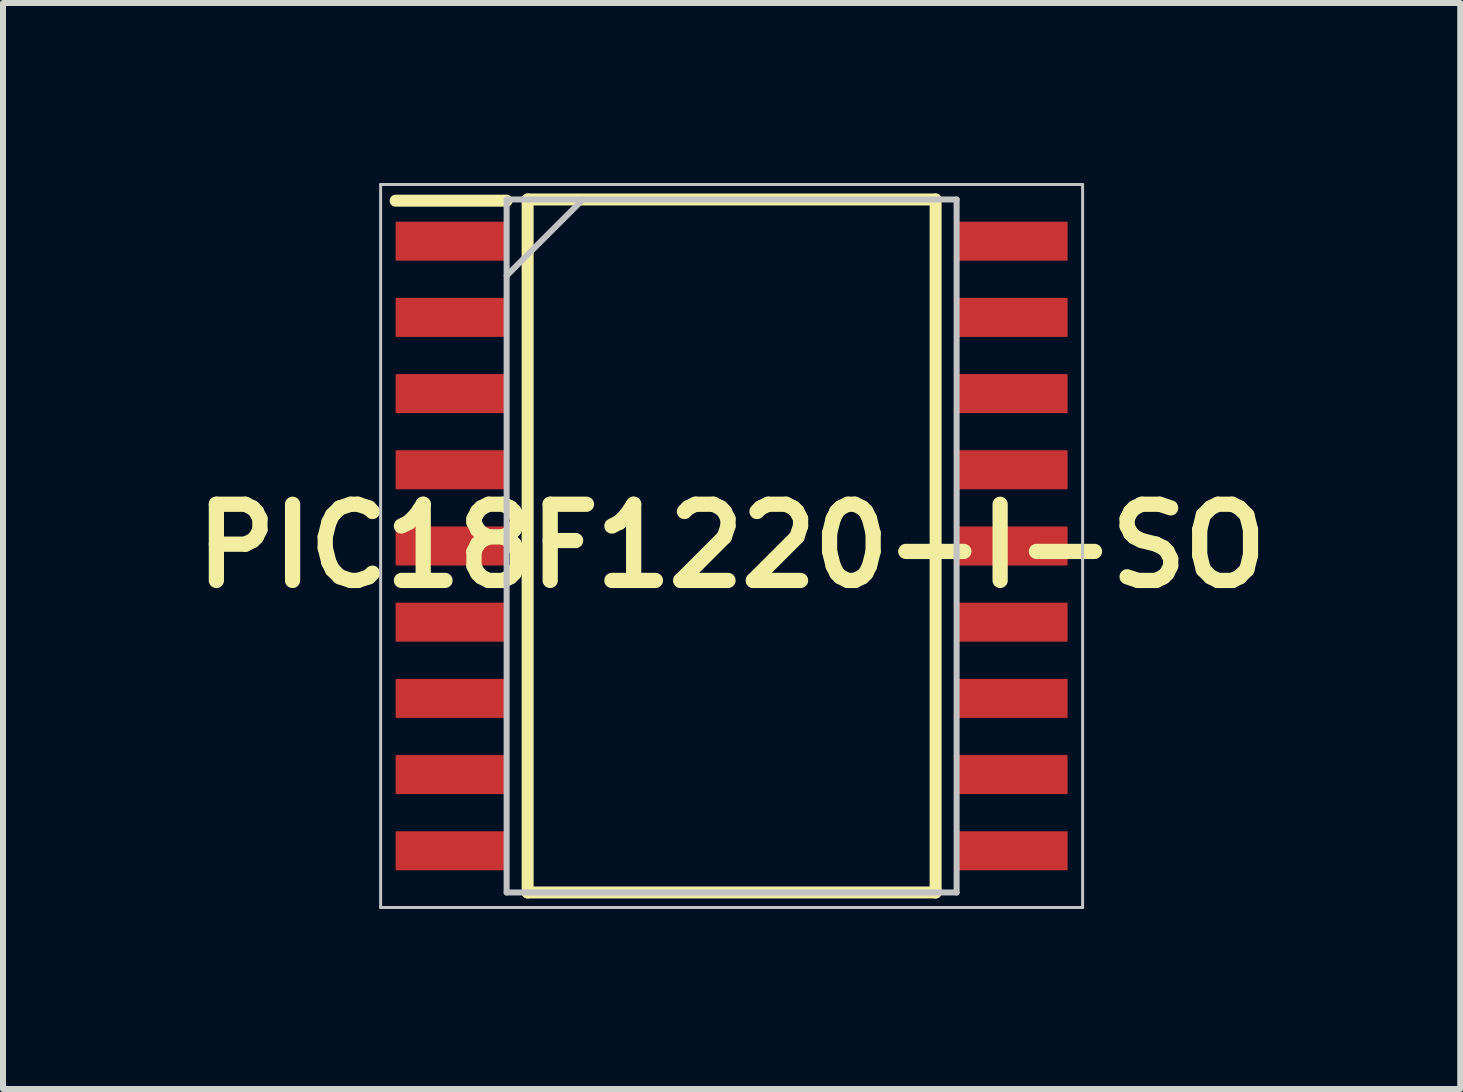
<source format=kicad_pcb>
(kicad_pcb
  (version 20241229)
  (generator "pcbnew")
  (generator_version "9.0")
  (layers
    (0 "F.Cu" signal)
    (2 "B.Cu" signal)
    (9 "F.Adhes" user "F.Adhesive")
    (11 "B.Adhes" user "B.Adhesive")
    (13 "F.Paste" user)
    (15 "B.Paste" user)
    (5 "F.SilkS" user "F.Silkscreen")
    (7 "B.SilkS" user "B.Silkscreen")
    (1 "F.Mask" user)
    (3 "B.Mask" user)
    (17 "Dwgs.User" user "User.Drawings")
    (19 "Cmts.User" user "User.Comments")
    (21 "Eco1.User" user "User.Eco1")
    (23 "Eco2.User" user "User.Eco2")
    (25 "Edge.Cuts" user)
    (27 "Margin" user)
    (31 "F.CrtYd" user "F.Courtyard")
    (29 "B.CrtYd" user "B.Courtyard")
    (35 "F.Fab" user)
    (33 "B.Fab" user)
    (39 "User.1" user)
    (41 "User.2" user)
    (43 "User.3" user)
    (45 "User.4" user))
  (footprint "PIC18F1220-I-SO"
    (layer "F.Cu")
    (at 9.144 6.05)
    (property "Reference" "PIC18F1220-I-SO" (at 0 0 0) (layer "F.SilkS") (effects (font (size 1.27 1.27) (thickness 0.254))))
    (attr smd)
    (fp_line (start -5.6 -5.755) (end -3.75 -5.755) (stroke (width 0.2) (type solid)) (layer "F.SilkS"))
    (fp_line (start -3.4 -5.775) (end 3.4 -5.775) (stroke (width 0.2) (type solid)) (layer "F.SilkS"))
    (fp_line (start -3.4 5.775) (end -3.4 -5.775) (stroke (width 0.2) (type solid)) (layer "F.SilkS"))
    (fp_line (start 3.4 -5.775) (end 3.4 5.775) (stroke (width 0.2) (type solid)) (layer "F.SilkS"))
    (fp_line (start 3.4 5.775) (end -3.4 5.775) (stroke (width 0.2) (type solid)) (layer "F.SilkS"))
    (fp_line (start -5.85 -6.025) (end 5.85 -6.025) (stroke (width 0.05) (type solid)) (layer "Dwgs.User"))
    (fp_line (start -5.85 6.025) (end -5.85 -6.025) (stroke (width 0.05) (type solid)) (layer "Dwgs.User"))
    (fp_line (start -3.75 -5.775) (end 3.75 -5.775) (stroke (width 0.1) (type solid)) (layer "Dwgs.User"))
    (fp_line (start -3.75 -4.505) (end -2.48 -5.775) (stroke (width 0.1) (type solid)) (layer "Dwgs.User"))
    (fp_line (start -3.75 5.775) (end -3.75 -5.775) (stroke (width 0.1) (type solid)) (layer "Dwgs.User"))
    (fp_line (start 3.75 -5.775) (end 3.75 5.775) (stroke (width 0.1) (type solid)) (layer "Dwgs.User"))
    (fp_line (start 3.75 5.775) (end -3.75 5.775) (stroke (width 0.1) (type solid)) (layer "Dwgs.User"))
    (fp_line (start 5.85 -6.025) (end 5.85 6.025) (stroke (width 0.05) (type solid)) (layer "Dwgs.User"))
    (fp_line (start 5.85 6.025) (end -5.85 6.025) (stroke (width 0.05) (type solid)) (layer "Dwgs.User"))
    (pad "1" smd rect (at -4.675 -5.08 90) (size 0.65 1.85) (layers "F.Cu" "F.Mask" "F.Paste"))
    (pad "2" smd rect (at -4.675 -3.81 90) (size 0.65 1.85) (layers "F.Cu" "F.Mask" "F.Paste"))
    (pad "3" smd rect (at -4.675 -2.54 90) (size 0.65 1.85) (layers "F.Cu" "F.Mask" "F.Paste"))
    (pad "4" smd rect (at -4.675 -1.27 90) (size 0.65 1.85) (layers "F.Cu" "F.Mask" "F.Paste"))
    (pad "5" smd rect (at -4.675 0 90) (size 0.65 1.85) (layers "F.Cu" "F.Mask" "F.Paste"))
    (pad "6" smd rect (at -4.675 1.27 90) (size 0.65 1.85) (layers "F.Cu" "F.Mask" "F.Paste"))
    (pad "7" smd rect (at -4.675 2.54 90) (size 0.65 1.85) (layers "F.Cu" "F.Mask" "F.Paste"))
    (pad "8" smd rect (at -4.675 3.81 90) (size 0.65 1.85) (layers "F.Cu" "F.Mask" "F.Paste"))
    (pad "9" smd rect (at -4.675 5.08 90) (size 0.65 1.85) (layers "F.Cu" "F.Mask" "F.Paste"))
    (pad "10" smd rect (at 4.675 5.08 90) (size 0.65 1.85) (layers "F.Cu" "F.Mask" "F.Paste"))
    (pad "11" smd rect (at 4.675 3.81 90) (size 0.65 1.85) (layers "F.Cu" "F.Mask" "F.Paste"))
    (pad "12" smd rect (at 4.675 2.54 90) (size 0.65 1.85) (layers "F.Cu" "F.Mask" "F.Paste"))
    (pad "13" smd rect (at 4.675 1.27 90) (size 0.65 1.85) (layers "F.Cu" "F.Mask" "F.Paste"))
    (pad "14" smd rect (at 4.675 0 90) (size 0.65 1.85) (layers "F.Cu" "F.Mask" "F.Paste"))
    (pad "15" smd rect (at 4.675 -1.27 90) (size 0.65 1.85) (layers "F.Cu" "F.Mask" "F.Paste"))
    (pad "16" smd rect (at 4.675 -2.54 90) (size 0.65 1.85) (layers "F.Cu" "F.Mask" "F.Paste"))
    (pad "17" smd rect (at 4.675 -3.81 90) (size 0.65 1.85) (layers "F.Cu" "F.Mask" "F.Paste"))
    (pad "18" smd rect (at 4.675 -5.08 90) (size 0.65 1.85) (layers "F.Cu" "F.Mask" "F.Paste")))
  (gr_rect
    (start -3 -3)
    (end 21.288 15.1)
    (stroke (width 0.1) (type default))
    (fill no)
    (layer "Edge.Cuts")))
</source>
